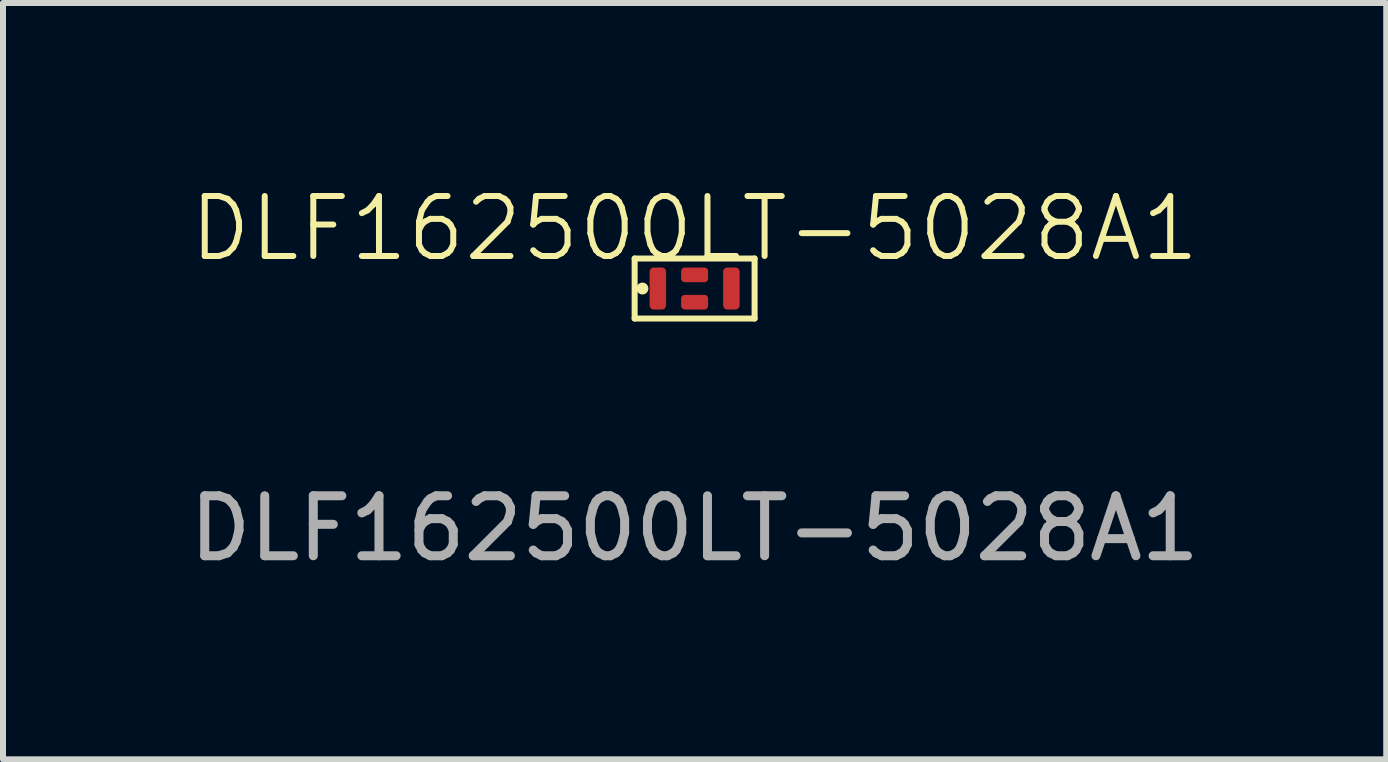
<source format=kicad_pcb>
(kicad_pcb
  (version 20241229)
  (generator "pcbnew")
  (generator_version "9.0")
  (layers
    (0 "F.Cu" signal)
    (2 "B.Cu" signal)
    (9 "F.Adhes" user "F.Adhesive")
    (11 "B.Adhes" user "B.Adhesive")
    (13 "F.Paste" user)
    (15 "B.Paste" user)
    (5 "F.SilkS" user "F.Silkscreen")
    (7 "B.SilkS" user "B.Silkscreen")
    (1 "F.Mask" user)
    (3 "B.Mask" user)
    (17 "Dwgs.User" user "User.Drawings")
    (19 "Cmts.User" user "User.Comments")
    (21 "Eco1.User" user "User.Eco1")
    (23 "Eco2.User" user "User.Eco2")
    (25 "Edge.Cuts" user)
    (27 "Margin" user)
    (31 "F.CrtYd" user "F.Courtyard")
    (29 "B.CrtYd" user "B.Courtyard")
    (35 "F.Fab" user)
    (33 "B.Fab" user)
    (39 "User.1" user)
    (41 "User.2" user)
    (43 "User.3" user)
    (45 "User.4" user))
  (footprint "DLF162500LT-5028A1"
    (layer "F.Cu")
    (at 8.53 1.76)
    (property "Reference" "DLF162500LT-5028A1" (at 0 -1 0) (unlocked yes) (layer "F.SilkS") (effects (font (size 1 1) (thickness 0.1))))
    (attr smd)
    (fp_line (start -1 -0.5) (end 1 -0.5) (stroke (width 0.1) (type default)) (layer "F.SilkS"))
    (fp_line (start -1 0.5) (end -1 -0.5) (stroke (width 0.1) (type default)) (layer "F.SilkS"))
    (fp_line (start 1 -0.5) (end 1 0.5) (stroke (width 0.1) (type default)) (layer "F.SilkS"))
    (fp_line (start 1 0.5) (end -1 0.5) (stroke (width 0.1) (type default)) (layer "F.SilkS"))
    (fp_circle (center -0.87 0) (end -0.87 0) (stroke (width 0.1) (type default)) (fill no) (layer "F.SilkS"))
    (fp_text user "${REFERENCE}" (at 0 4 0) (unlocked yes) (layer "F.Fab") (effects (font (size 1 1) (thickness 0.15))))
    (pad "1" smd roundrect (at -0.613 0) (size 0.275 0.7) (layers "F.Cu" "F.Mask" "F.Paste") (roundrect_rratio 0.25))
    (pad "2" smd roundrect (at 0 0.228) (size 0.45 0.245) (layers "F.Cu" "F.Mask" "F.Paste") (roundrect_rratio 0.25))
    (pad "3" smd roundrect (at 0.613 0) (size 0.275 0.7) (layers "F.Cu" "F.Mask" "F.Paste") (roundrect_rratio 0.25))
    (pad "4" smd roundrect (at 0 -0.228) (size 0.45 0.245) (layers "F.Cu" "F.Mask" "F.Paste") (roundrect_rratio 0.25)))
  (gr_rect
    (start -3 -3)
    (end 20.06 9.609)
    (stroke (width 0.1) (type default))
    (fill no)
    (layer "Edge.Cuts")))
</source>
